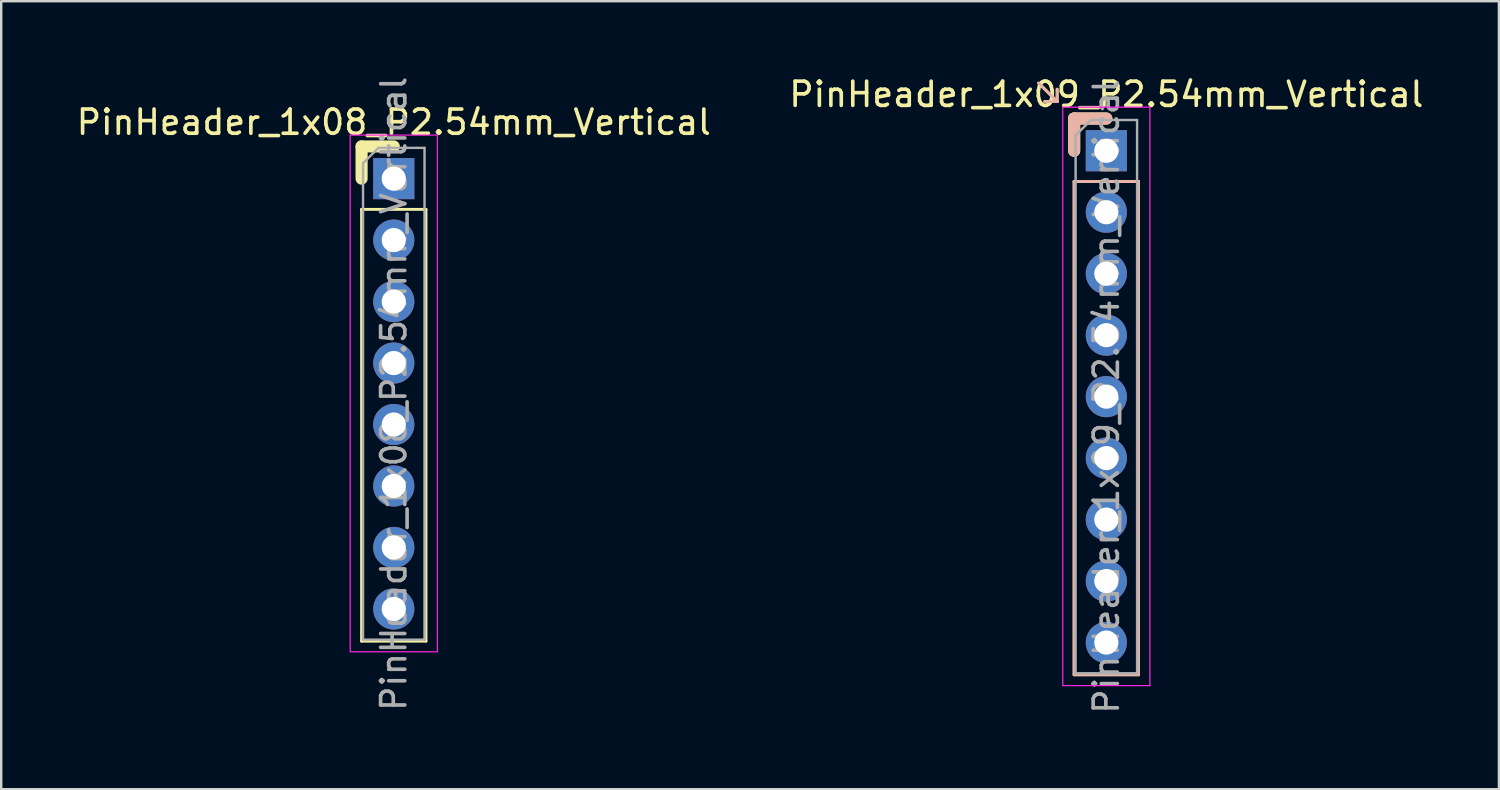
<source format=kicad_pcb>
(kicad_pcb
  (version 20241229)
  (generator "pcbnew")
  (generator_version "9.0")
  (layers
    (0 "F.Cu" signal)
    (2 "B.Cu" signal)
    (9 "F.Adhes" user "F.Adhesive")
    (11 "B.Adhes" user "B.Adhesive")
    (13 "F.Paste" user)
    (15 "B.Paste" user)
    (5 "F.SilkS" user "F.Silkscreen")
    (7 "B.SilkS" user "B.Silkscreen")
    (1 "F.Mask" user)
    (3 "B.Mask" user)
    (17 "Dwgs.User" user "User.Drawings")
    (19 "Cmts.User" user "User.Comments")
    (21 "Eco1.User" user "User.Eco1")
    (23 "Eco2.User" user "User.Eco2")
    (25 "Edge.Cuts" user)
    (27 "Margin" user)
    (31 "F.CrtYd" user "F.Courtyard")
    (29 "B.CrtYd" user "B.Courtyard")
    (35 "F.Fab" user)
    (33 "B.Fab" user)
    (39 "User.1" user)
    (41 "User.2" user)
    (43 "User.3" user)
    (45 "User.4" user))
  (footprint "PinHeader_1x09_P2.54mm_Vertical"
    (layer "F.Cu")
    (at 42.661 3.178)
    (property "Reference" "PinHeader_1x09_P2.54mm_Vertical" (at 0 -2.33 0) (layer "F.SilkS") (effects (font (size 1 1) (thickness 0.15))))
    (attr through_hole)
    (fp_line (start -2.54 -2.032) (end -2.032 -2.032) (stroke (width 0.12) (type solid)) (layer "F.SilkS"))
    (fp_line (start -2.032 -2.032) (end -2.794 -2.794) (stroke (width 0.12) (type solid)) (layer "F.SilkS"))
    (fp_line (start -2.032 -2.032) (end -2.54 -2.032) (stroke (width 0.12) (type solid)) (layer "F.SilkS"))
    (fp_line (start -2.032 -2.032) (end -2.032 -2.54) (stroke (width 0.12) (type solid)) (layer "F.SilkS"))
    (fp_line (start -1.33 -1.33) (end 0 -1.33) (stroke (width 0.5) (type solid)) (layer "F.SilkS"))
    (fp_line (start -1.33 0) (end -1.33 -1.33) (stroke (width 0.5) (type solid)) (layer "F.SilkS"))
    (fp_line (start -1.33 1.27) (end -1.33 21.65) (stroke (width 0.12) (type solid)) (layer "F.SilkS"))
    (fp_line (start -1.33 1.27) (end 1.33 1.27) (stroke (width 0.12) (type solid)) (layer "F.SilkS"))
    (fp_line (start -1.33 21.65) (end 1.33 21.65) (stroke (width 0.12) (type solid)) (layer "F.SilkS"))
    (fp_line (start 1.33 1.27) (end 1.33 21.65) (stroke (width 0.12) (type solid)) (layer "F.SilkS"))
    (fp_line (start -2.54 -2.032) (end -2.032 -2.032) (stroke (width 0.12) (type solid)) (layer "B.SilkS"))
    (fp_line (start -2.032 -2.032) (end -2.794 -2.794) (stroke (width 0.12) (type solid)) (layer "B.SilkS"))
    (fp_line (start -2.032 -2.032) (end -2.032 -2.54) (stroke (width 0.12) (type solid)) (layer "B.SilkS"))
    (fp_line (start -1.33 -1.33) (end 0 -1.33) (stroke (width 0.5) (type solid)) (layer "B.SilkS"))
    (fp_line (start -1.33 0) (end -1.33 -1.33) (stroke (width 0.5) (type solid)) (layer "B.SilkS"))
    (fp_line (start -1.33 1.27) (end -1.33 21.65) (stroke (width 0.12) (type solid)) (layer "B.SilkS"))
    (fp_line (start -1.33 1.27) (end 1.33 1.27) (stroke (width 0.12) (type solid)) (layer "B.SilkS"))
    (fp_line (start -1.33 21.65) (end 1.33 21.65) (stroke (width 0.12) (type solid)) (layer "B.SilkS"))
    (fp_line (start 1.33 1.27) (end 1.33 21.65) (stroke (width 0.12) (type solid)) (layer "B.SilkS"))
    (fp_line (start -1.8 -1.8) (end -1.8 22.1) (stroke (width 0.05) (type solid)) (layer "F.CrtYd"))
    (fp_line (start -1.8 22.1) (end 1.8 22.1) (stroke (width 0.05) (type solid)) (layer "F.CrtYd"))
    (fp_line (start 1.8 -1.8) (end -1.8 -1.8) (stroke (width 0.05) (type solid)) (layer "F.CrtYd"))
    (fp_line (start 1.8 22.1) (end 1.8 -1.8) (stroke (width 0.05) (type solid)) (layer "F.CrtYd"))
    (fp_line (start -1.27 -0.635) (end -0.635 -1.27) (stroke (width 0.1) (type solid)) (layer "F.Fab"))
    (fp_line (start -1.27 21.59) (end -1.27 -0.635) (stroke (width 0.1) (type solid)) (layer "F.Fab"))
    (fp_line (start -0.635 -1.27) (end 1.27 -1.27) (stroke (width 0.1) (type solid)) (layer "F.Fab"))
    (fp_line (start 1.27 -1.27) (end 1.27 21.59) (stroke (width 0.1) (type solid)) (layer "F.Fab"))
    (fp_line (start 1.27 21.59) (end -1.27 21.59) (stroke (width 0.1) (type solid)) (layer "F.Fab"))
    (fp_text user "${REFERENCE}" (at 0 10.16 90) (layer "F.Fab") (effects (font (size 1 1) (thickness 0.15))))
    (pad "1" thru_hole rect (at 0 0) (size 1.7 1.7) (drill 1) (layers "*.Cu" "*.Mask"))
    (pad "2" thru_hole oval (at 0 2.54) (size 1.7 1.7) (drill 1) (layers "*.Cu" "*.Mask"))
    (pad "3" thru_hole oval (at 0 5.08) (size 1.7 1.7) (drill 1) (layers "*.Cu" "*.Mask"))
    (pad "4" thru_hole oval (at 0 7.62) (size 1.7 1.7) (drill 1) (layers "*.Cu" "*.Mask"))
    (pad "5" thru_hole oval (at 0 10.16) (size 1.7 1.7) (drill 1) (layers "*.Cu" "*.Mask"))
    (pad "6" thru_hole oval (at 0 12.7) (size 1.7 1.7) (drill 1) (layers "*.Cu" "*.Mask"))
    (pad "7" thru_hole oval (at 0 15.24) (size 1.7 1.7) (drill 1) (layers "*.Cu" "*.Mask"))
    (pad "8" thru_hole oval (at 0 17.78) (size 1.7 1.7) (drill 1) (layers "*.Cu" "*.Mask"))
    (pad "9" thru_hole oval (at 0 20.32) (size 1.7 1.7) (drill 1) (layers "*.Cu" "*.Mask")))
  (footprint "PinHeader_1x08_P2.54mm_Vertical"
    (layer "F.Cu")
    (at 13.22 4.33)
    (property "Reference" "PinHeader_1x08_P2.54mm_Vertical" (at 0 -2.33 0) (layer "F.SilkS") (effects (font (size 1 1) (thickness 0.15))))
    (attr through_hole)
    (fp_line (start -1.33 -1.33) (end 0 -1.33) (stroke (width 0.5) (type solid)) (layer "F.SilkS"))
    (fp_line (start -1.33 0) (end -1.33 -1.33) (stroke (width 0.5) (type solid)) (layer "F.SilkS"))
    (fp_line (start -1.33 1.27) (end -1.33 19.11) (stroke (width 0.12) (type solid)) (layer "F.SilkS"))
    (fp_line (start -1.33 1.27) (end 1.33 1.27) (stroke (width 0.12) (type solid)) (layer "F.SilkS"))
    (fp_line (start -1.33 19.11) (end 1.33 19.11) (stroke (width 0.12) (type solid)) (layer "F.SilkS"))
    (fp_line (start 1.33 1.27) (end 1.33 19.11) (stroke (width 0.12) (type solid)) (layer "F.SilkS"))
    (fp_line (start -1.8 -1.8) (end -1.8 19.55) (stroke (width 0.05) (type solid)) (layer "F.CrtYd"))
    (fp_line (start -1.8 19.55) (end 1.8 19.55) (stroke (width 0.05) (type solid)) (layer "F.CrtYd"))
    (fp_line (start 1.8 -1.8) (end -1.8 -1.8) (stroke (width 0.05) (type solid)) (layer "F.CrtYd"))
    (fp_line (start 1.8 19.55) (end 1.8 -1.8) (stroke (width 0.05) (type solid)) (layer "F.CrtYd"))
    (fp_line (start -1.27 -0.635) (end -0.635 -1.27) (stroke (width 0.1) (type solid)) (layer "F.Fab"))
    (fp_line (start -1.27 19.05) (end -1.27 -0.635) (stroke (width 0.1) (type solid)) (layer "F.Fab"))
    (fp_line (start -0.635 -1.27) (end 1.27 -1.27) (stroke (width 0.1) (type solid)) (layer "F.Fab"))
    (fp_line (start 1.27 -1.27) (end 1.27 19.05) (stroke (width 0.1) (type solid)) (layer "F.Fab"))
    (fp_line (start 1.27 19.05) (end -1.27 19.05) (stroke (width 0.1) (type solid)) (layer "F.Fab"))
    (fp_text user "${REFERENCE}" (at 0 8.89 90) (layer "F.Fab") (effects (font (size 1 1) (thickness 0.15))))
    (pad "1" thru_hole rect (at 0 0) (size 1.7 1.7) (drill 1) (layers "*.Cu" "*.Mask"))
    (pad "2" thru_hole oval (at 0 2.54) (size 1.7 1.7) (drill 1) (layers "*.Cu" "*.Mask"))
    (pad "3" thru_hole oval (at 0 5.08) (size 1.7 1.7) (drill 1) (layers "*.Cu" "*.Mask"))
    (pad "4" thru_hole oval (at 0 7.62) (size 1.7 1.7) (drill 1) (layers "*.Cu" "*.Mask"))
    (pad "5" thru_hole oval (at 0 10.16) (size 1.7 1.7) (drill 1) (layers "*.Cu" "*.Mask"))
    (pad "6" thru_hole oval (at 0 12.7) (size 1.7 1.7) (drill 1) (layers "*.Cu" "*.Mask"))
    (pad "7" thru_hole oval (at 0 15.24) (size 1.7 1.7) (drill 1) (layers "*.Cu" "*.Mask"))
    (pad "8" thru_hole oval (at 0 17.78) (size 1.7 1.7) (drill 1) (layers "*.Cu" "*.Mask")))
  (gr_rect
    (start -3 -3)
    (end 58.881 29.558)
    (stroke (width 0.1) (type default))
    (fill no)
    (layer "Edge.Cuts")))
</source>
